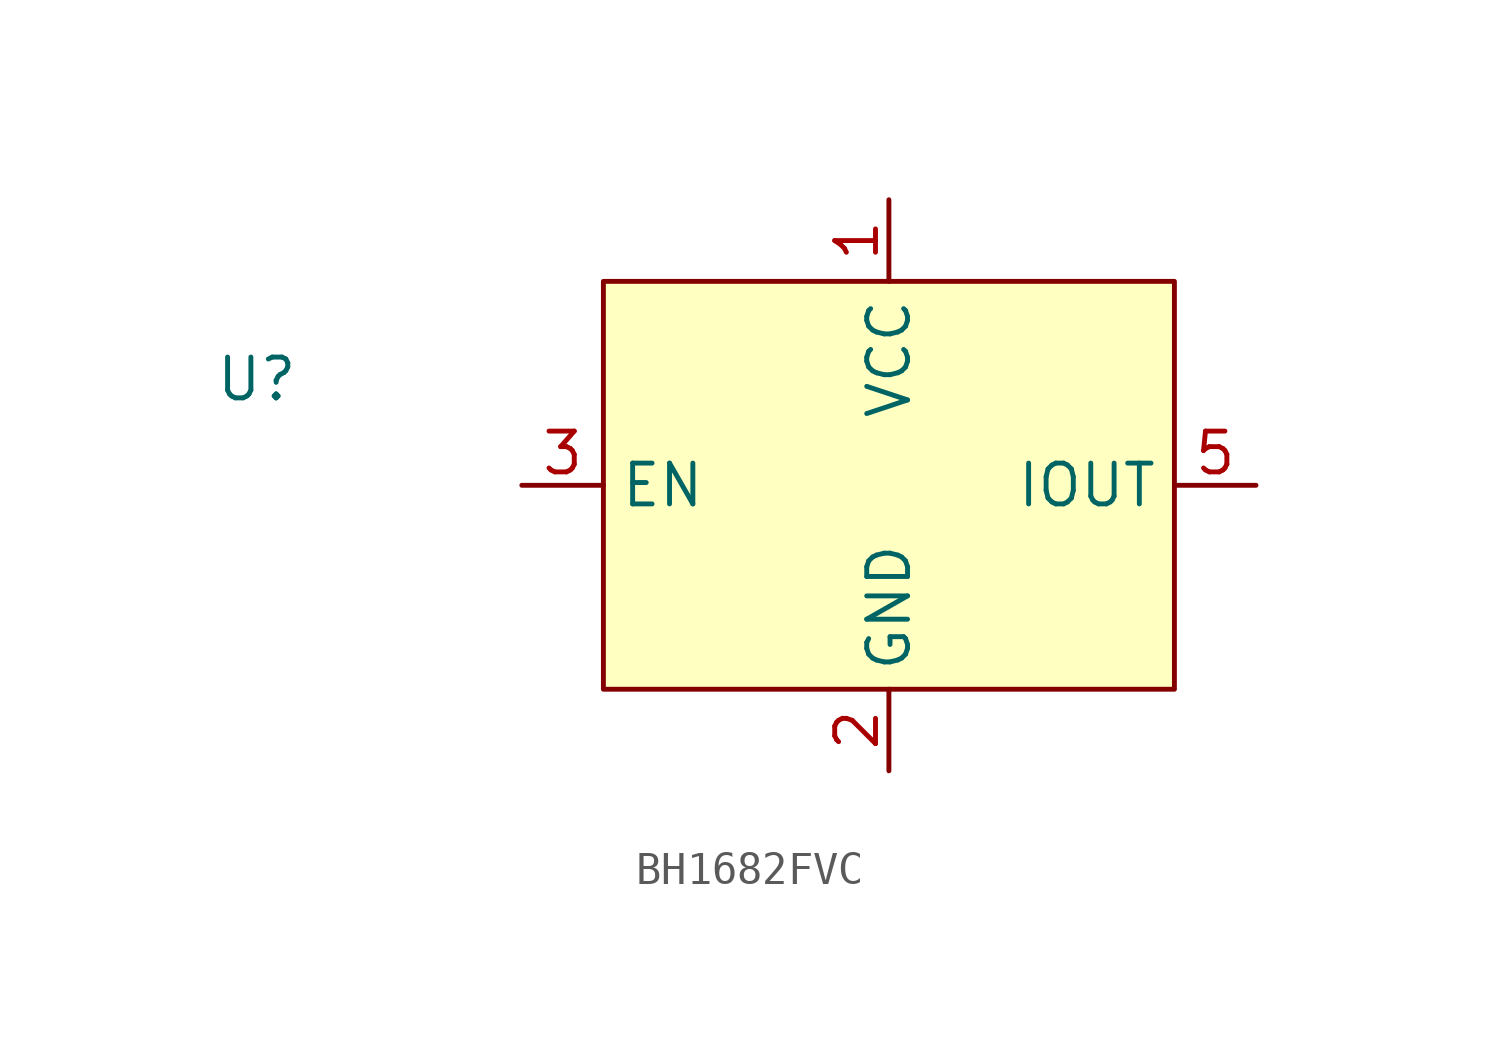
<source format=kicad_sym>
(kicad_symbol_lib
  (version 20220914)
  (generator kicad_symbol_editor)
  (symbol "BH1682FVC"
    (property "Reference" "U"
      (at -19.685 3.302 0)
      (effects (font (size 1.27 1.27))))
    (property "Value" ""
      (at -19.685 3.302 0)
      (effects (font (size 1.27 1.27))))
    (symbol "BH1682FVC_0_0"
      (pin input line (at 0 8.89 270) (length 2.54) (name "VCC" (effects (font (size 1.27 1.27)))) (number "1" (effects (font (size 1.27 1.27)))))
      (pin input line (at 0 -8.89 90) (length 2.54) (name "GND" (effects (font (size 1.27 1.27)))) (number "2" (effects (font (size 1.27 1.27)))))
      (pin input line (at -11.43 0 0) (length 2.54) (name "EN" (effects (font (size 1.27 1.27)))) (number "3" (effects (font (size 1.27 1.27)))))
      (pin no_connect line (at -11.43 -3.81 0) (length 2.54) hide (name "NC" (effects (font (size 1.27 1.27)))) (number "4" (effects (font (size 1.27 1.27)))))
      (pin output line (at 11.43 0 180) (length 2.54) (name "IOUT" (effects (font (size 1.27 1.27)))) (number "5" (effects (font (size 1.27 1.27))))))
    (symbol "BH1682FVC_0_1"
      (rectangle (start -8.89 6.35) (end 8.89 -6.35) (stroke (width 0) (type default)) (fill (type background))))))
</source>
